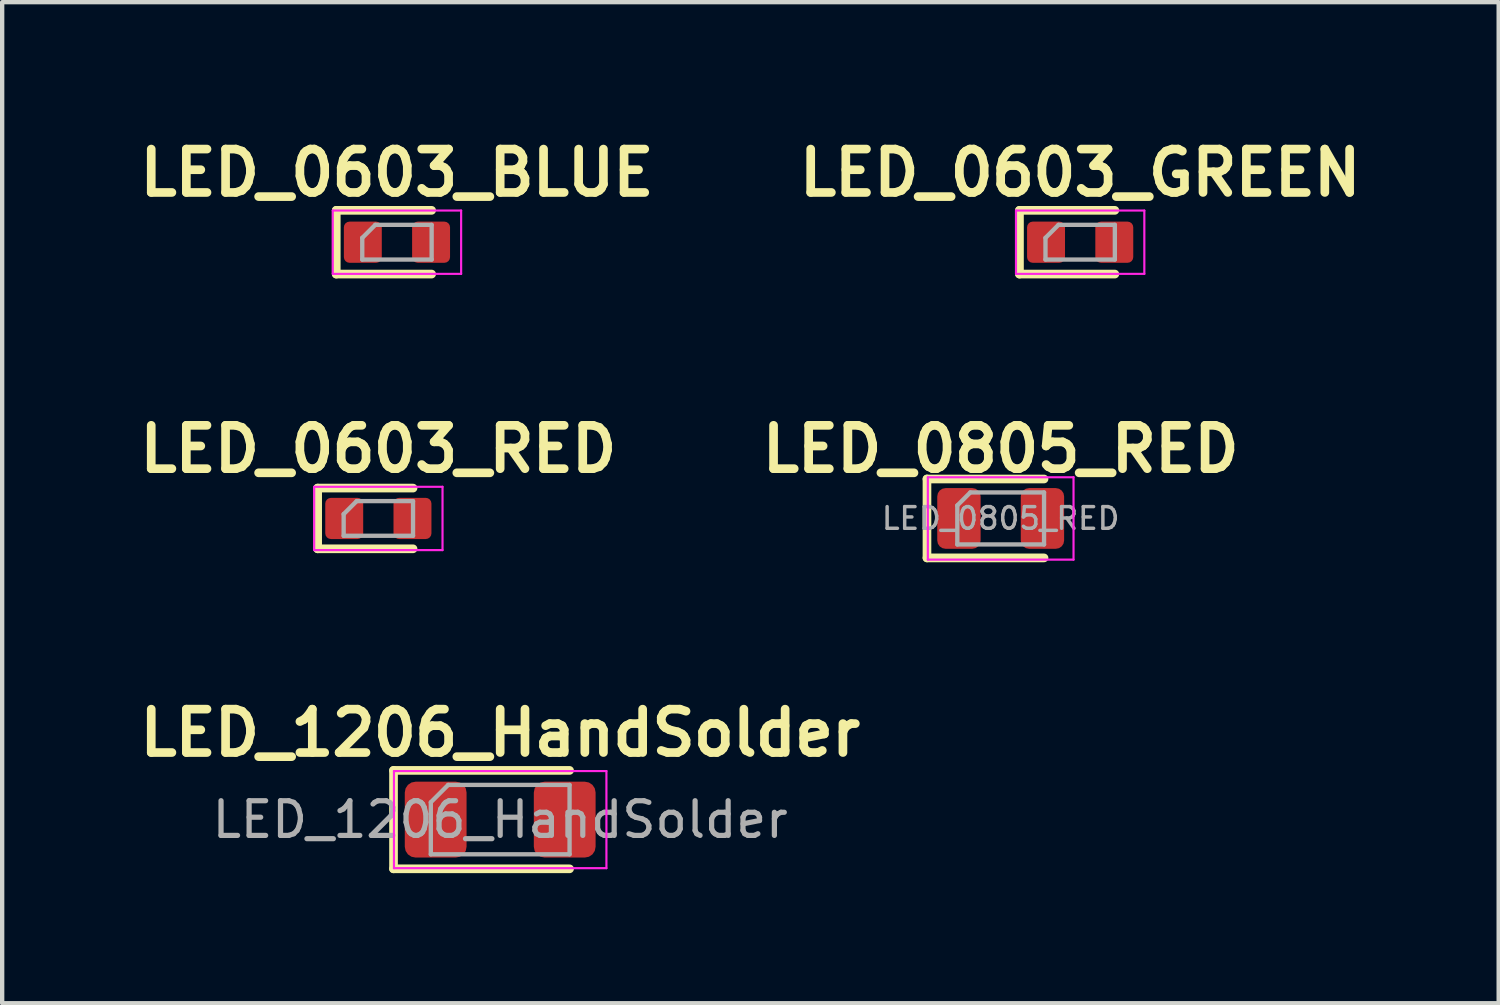
<source format=kicad_pcb>
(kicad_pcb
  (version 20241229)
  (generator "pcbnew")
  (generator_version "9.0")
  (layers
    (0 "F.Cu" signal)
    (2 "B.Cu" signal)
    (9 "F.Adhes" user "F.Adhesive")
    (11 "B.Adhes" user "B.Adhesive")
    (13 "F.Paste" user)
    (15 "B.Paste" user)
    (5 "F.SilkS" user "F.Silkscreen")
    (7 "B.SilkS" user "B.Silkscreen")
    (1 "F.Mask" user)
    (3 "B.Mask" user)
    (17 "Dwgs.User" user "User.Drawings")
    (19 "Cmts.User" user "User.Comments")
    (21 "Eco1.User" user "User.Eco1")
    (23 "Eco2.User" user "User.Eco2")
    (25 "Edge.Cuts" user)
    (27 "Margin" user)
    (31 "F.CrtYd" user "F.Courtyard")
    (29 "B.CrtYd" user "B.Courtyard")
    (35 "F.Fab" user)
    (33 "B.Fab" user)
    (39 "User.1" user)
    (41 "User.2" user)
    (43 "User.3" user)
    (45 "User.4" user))
  (footprint "LED_0603_GREEN"
    (layer "F.Cu")
    (at 21.862 2.536)
    (property "Reference" "LED_0603_GREEN" (at 0 -1.6 0) (layer "F.SilkS") (effects (font (size 1 1) (thickness 0.2))))
    (attr smd)
    (fp_line (start -1.4 -0.735) (end -1.4 0.735) (stroke (width 0.2) (type solid)) (layer "F.SilkS"))
    (fp_line (start -1.4 0.735) (end 0.8 0.735) (stroke (width 0.2) (type solid)) (layer "F.SilkS"))
    (fp_line (start 0.8 -0.735) (end -1.4 -0.735) (stroke (width 0.2) (type solid)) (layer "F.SilkS"))
    (fp_line (start -1.48 -0.73) (end 1.48 -0.73) (stroke (width 0.05) (type solid)) (layer "F.CrtYd"))
    (fp_line (start -1.48 0.73) (end -1.48 -0.73) (stroke (width 0.05) (type solid)) (layer "F.CrtYd"))
    (fp_line (start 1.48 -0.73) (end 1.48 0.73) (stroke (width 0.05) (type solid)) (layer "F.CrtYd"))
    (fp_line (start 1.48 0.73) (end -1.48 0.73) (stroke (width 0.05) (type solid)) (layer "F.CrtYd"))
    (fp_line (start -0.8 -0.1) (end -0.8 0.4) (stroke (width 0.1) (type solid)) (layer "F.Fab"))
    (fp_line (start -0.8 0.4) (end 0.8 0.4) (stroke (width 0.1) (type solid)) (layer "F.Fab"))
    (fp_line (start -0.5 -0.4) (end -0.8 -0.1) (stroke (width 0.1) (type solid)) (layer "F.Fab"))
    (fp_line (start 0.8 -0.4) (end -0.5 -0.4) (stroke (width 0.1) (type solid)) (layer "F.Fab"))
    (fp_line (start 0.8 0.4) (end 0.8 -0.4) (stroke (width 0.1) (type solid)) (layer "F.Fab"))
    (pad "1" smd roundrect (at -0.787 0) (size 0.875 0.95) (layers "F.Cu" "F.Mask" "F.Paste") (roundrect_rratio 0.15))
    (pad "2" smd roundrect (at 0.787 0) (size 0.875 0.95) (layers "F.Cu" "F.Mask" "F.Paste") (roundrect_rratio 0.15)))
  (footprint "LED_0805_RED"
    (layer "F.Cu")
    (at 20.029 8.907)
    (property "Reference" "LED_0805_RED" (at 0 -1.6 0) (layer "F.SilkS") (effects (font (size 1 1) (thickness 0.2))))
    (attr smd)
    (fp_line (start -1.7 -0.91) (end -1.7 0.91) (stroke (width 0.2) (type solid)) (layer "F.SilkS"))
    (fp_line (start -1.7 0.91) (end 1 0.91) (stroke (width 0.2) (type solid)) (layer "F.SilkS"))
    (fp_line (start 1 -0.91) (end -1.7 -0.91) (stroke (width 0.2) (type solid)) (layer "F.SilkS"))
    (fp_line (start -1.68 -0.95) (end 1.68 -0.95) (stroke (width 0.05) (type solid)) (layer "F.CrtYd"))
    (fp_line (start -1.68 0.95) (end -1.68 -0.95) (stroke (width 0.05) (type solid)) (layer "F.CrtYd"))
    (fp_line (start 1.68 -0.95) (end 1.68 0.95) (stroke (width 0.05) (type solid)) (layer "F.CrtYd"))
    (fp_line (start 1.68 0.95) (end -1.68 0.95) (stroke (width 0.05) (type solid)) (layer "F.CrtYd"))
    (fp_line (start -1 -0.3) (end -1 0.6) (stroke (width 0.1) (type solid)) (layer "F.Fab"))
    (fp_line (start -1 0.6) (end 1 0.6) (stroke (width 0.1) (type solid)) (layer "F.Fab"))
    (fp_line (start -0.7 -0.6) (end -1 -0.3) (stroke (width 0.1) (type solid)) (layer "F.Fab"))
    (fp_line (start 1 -0.6) (end -0.7 -0.6) (stroke (width 0.1) (type solid)) (layer "F.Fab"))
    (fp_line (start 1 0.6) (end 1 -0.6) (stroke (width 0.1) (type solid)) (layer "F.Fab"))
    (fp_text user "${REFERENCE}" (at 0 0 0) (layer "F.Fab") (effects (font (size 0.5 0.5) (thickness 0.08))))
    (pad "1" smd roundrect (at -0.963 0) (size 1 1.4) (layers "F.Cu" "F.Mask" "F.Paste") (roundrect_rratio 0.192))
    (pad "2" smd roundrect (at 0.963 0) (size 1 1.4) (layers "F.Cu" "F.Mask" "F.Paste") (roundrect_rratio 0.192)))
  (footprint "LED_0603_RED"
    (layer "F.Cu")
    (at 5.676 8.907)
    (property "Reference" "LED_0603_RED" (at 0 -1.6 0) (layer "F.SilkS") (effects (font (size 1 1) (thickness 0.2))))
    (attr smd)
    (fp_line (start -1.4 -0.7) (end -1.4 0.7) (stroke (width 0.2) (type solid)) (layer "F.SilkS"))
    (fp_line (start -1.4 0.7) (end 0.8 0.7) (stroke (width 0.2) (type solid)) (layer "F.SilkS"))
    (fp_line (start 0.8 -0.7) (end -1.4 -0.7) (stroke (width 0.2) (type solid)) (layer "F.SilkS"))
    (fp_line (start -1.48 -0.73) (end 1.48 -0.73) (stroke (width 0.05) (type solid)) (layer "F.CrtYd"))
    (fp_line (start -1.48 0.73) (end -1.48 -0.73) (stroke (width 0.05) (type solid)) (layer "F.CrtYd"))
    (fp_line (start 1.48 -0.73) (end 1.48 0.73) (stroke (width 0.05) (type solid)) (layer "F.CrtYd"))
    (fp_line (start 1.48 0.73) (end -1.48 0.73) (stroke (width 0.05) (type solid)) (layer "F.CrtYd"))
    (fp_line (start -0.8 -0.1) (end -0.8 0.4) (stroke (width 0.1) (type solid)) (layer "F.Fab"))
    (fp_line (start -0.8 0.4) (end 0.8 0.4) (stroke (width 0.1) (type solid)) (layer "F.Fab"))
    (fp_line (start -0.5 -0.4) (end -0.8 -0.1) (stroke (width 0.1) (type solid)) (layer "F.Fab"))
    (fp_line (start 0.8 -0.4) (end -0.5 -0.4) (stroke (width 0.1) (type solid)) (layer "F.Fab"))
    (fp_line (start 0.8 0.4) (end 0.8 -0.4) (stroke (width 0.1) (type solid)) (layer "F.Fab"))
    (pad "1" smd roundrect (at -0.787 0) (size 0.875 0.95) (layers "F.Cu" "F.Mask" "F.Paste") (roundrect_rratio 0.15))
    (pad "2" smd roundrect (at 0.787 0) (size 0.875 0.95) (layers "F.Cu" "F.Mask" "F.Paste") (roundrect_rratio 0.15)))
  (footprint "LED_0603_BLUE"
    (layer "F.Cu")
    (at 6.105 2.536)
    (property "Reference" "LED_0603_BLUE" (at 0 -1.6 0) (layer "F.SilkS") (effects (font (size 1 1) (thickness 0.2))))
    (attr smd)
    (fp_line (start -1.4 -0.735) (end -1.4 0.735) (stroke (width 0.2) (type solid)) (layer "F.SilkS"))
    (fp_line (start -1.4 0.735) (end 0.8 0.735) (stroke (width 0.2) (type solid)) (layer "F.SilkS"))
    (fp_line (start 0.8 -0.735) (end -1.4 -0.735) (stroke (width 0.2) (type solid)) (layer "F.SilkS"))
    (fp_line (start -1.48 -0.73) (end 1.48 -0.73) (stroke (width 0.05) (type solid)) (layer "F.CrtYd"))
    (fp_line (start -1.48 0.73) (end -1.48 -0.73) (stroke (width 0.05) (type solid)) (layer "F.CrtYd"))
    (fp_line (start 1.48 -0.73) (end 1.48 0.73) (stroke (width 0.05) (type solid)) (layer "F.CrtYd"))
    (fp_line (start 1.48 0.73) (end -1.48 0.73) (stroke (width 0.05) (type solid)) (layer "F.CrtYd"))
    (fp_line (start -0.8 -0.1) (end -0.8 0.4) (stroke (width 0.1) (type solid)) (layer "F.Fab"))
    (fp_line (start -0.8 0.4) (end 0.8 0.4) (stroke (width 0.1) (type solid)) (layer "F.Fab"))
    (fp_line (start -0.5 -0.4) (end -0.8 -0.1) (stroke (width 0.1) (type solid)) (layer "F.Fab"))
    (fp_line (start 0.8 -0.4) (end -0.5 -0.4) (stroke (width 0.1) (type solid)) (layer "F.Fab"))
    (fp_line (start 0.8 0.4) (end 0.8 -0.4) (stroke (width 0.1) (type solid)) (layer "F.Fab"))
    (pad "1" smd roundrect (at -0.787 0) (size 0.875 0.95) (layers "F.Cu" "F.Mask" "F.Paste") (roundrect_rratio 0.15))
    (pad "2" smd roundrect (at 0.787 0) (size 0.875 0.95) (layers "F.Cu" "F.Mask" "F.Paste") (roundrect_rratio 0.15)))
  (footprint "LED_1206_HandSolder"
    (layer "F.Cu")
    (at 8.486 15.853)
    (property "Reference" "LED_1206_HandSolder" (at 0 -2 0) (layer "F.SilkS") (effects (font (size 1 1) (thickness 0.2))))
    (attr smd)
    (fp_line (start -2.46 -1.135) (end -2.46 1.135) (stroke (width 0.2) (type solid)) (layer "F.SilkS"))
    (fp_line (start -2.46 1.135) (end 1.6 1.135) (stroke (width 0.2) (type solid)) (layer "F.SilkS"))
    (fp_line (start 1.6 -1.135) (end -2.46 -1.135) (stroke (width 0.2) (type solid)) (layer "F.SilkS"))
    (fp_line (start -2.45 -1.12) (end 2.45 -1.12) (stroke (width 0.05) (type solid)) (layer "F.CrtYd"))
    (fp_line (start -2.45 1.12) (end -2.45 -1.12) (stroke (width 0.05) (type solid)) (layer "F.CrtYd"))
    (fp_line (start 2.45 -1.12) (end 2.45 1.12) (stroke (width 0.05) (type solid)) (layer "F.CrtYd"))
    (fp_line (start 2.45 1.12) (end -2.45 1.12) (stroke (width 0.05) (type solid)) (layer "F.CrtYd"))
    (fp_line (start -1.6 -0.4) (end -1.6 0.8) (stroke (width 0.1) (type solid)) (layer "F.Fab"))
    (fp_line (start -1.6 0.8) (end 1.6 0.8) (stroke (width 0.1) (type solid)) (layer "F.Fab"))
    (fp_line (start -1.2 -0.8) (end -1.6 -0.4) (stroke (width 0.1) (type solid)) (layer "F.Fab"))
    (fp_line (start 1.6 -0.8) (end -1.2 -0.8) (stroke (width 0.1) (type solid)) (layer "F.Fab"))
    (fp_line (start 1.6 0.8) (end 1.6 -0.8) (stroke (width 0.1) (type solid)) (layer "F.Fab"))
    (fp_text user "${REFERENCE}" (at 0 0 0) (layer "F.Fab") (effects (font (size 0.8 0.8) (thickness 0.12))))
    (pad "1" smd roundrect (at -1.488 0) (size 1.425 1.75) (layers "F.Cu" "F.Mask" "F.Paste") (roundrect_rratio 0.175))
    (pad "2" smd roundrect (at 1.488 0) (size 1.425 1.75) (layers "F.Cu" "F.Mask" "F.Paste") (roundrect_rratio 0.175)))
  (gr_rect
    (start -3 -3)
    (end 31.514 20.088)
    (stroke (width 0.1) (type default))
    (fill no)
    (layer "Edge.Cuts")))
</source>
